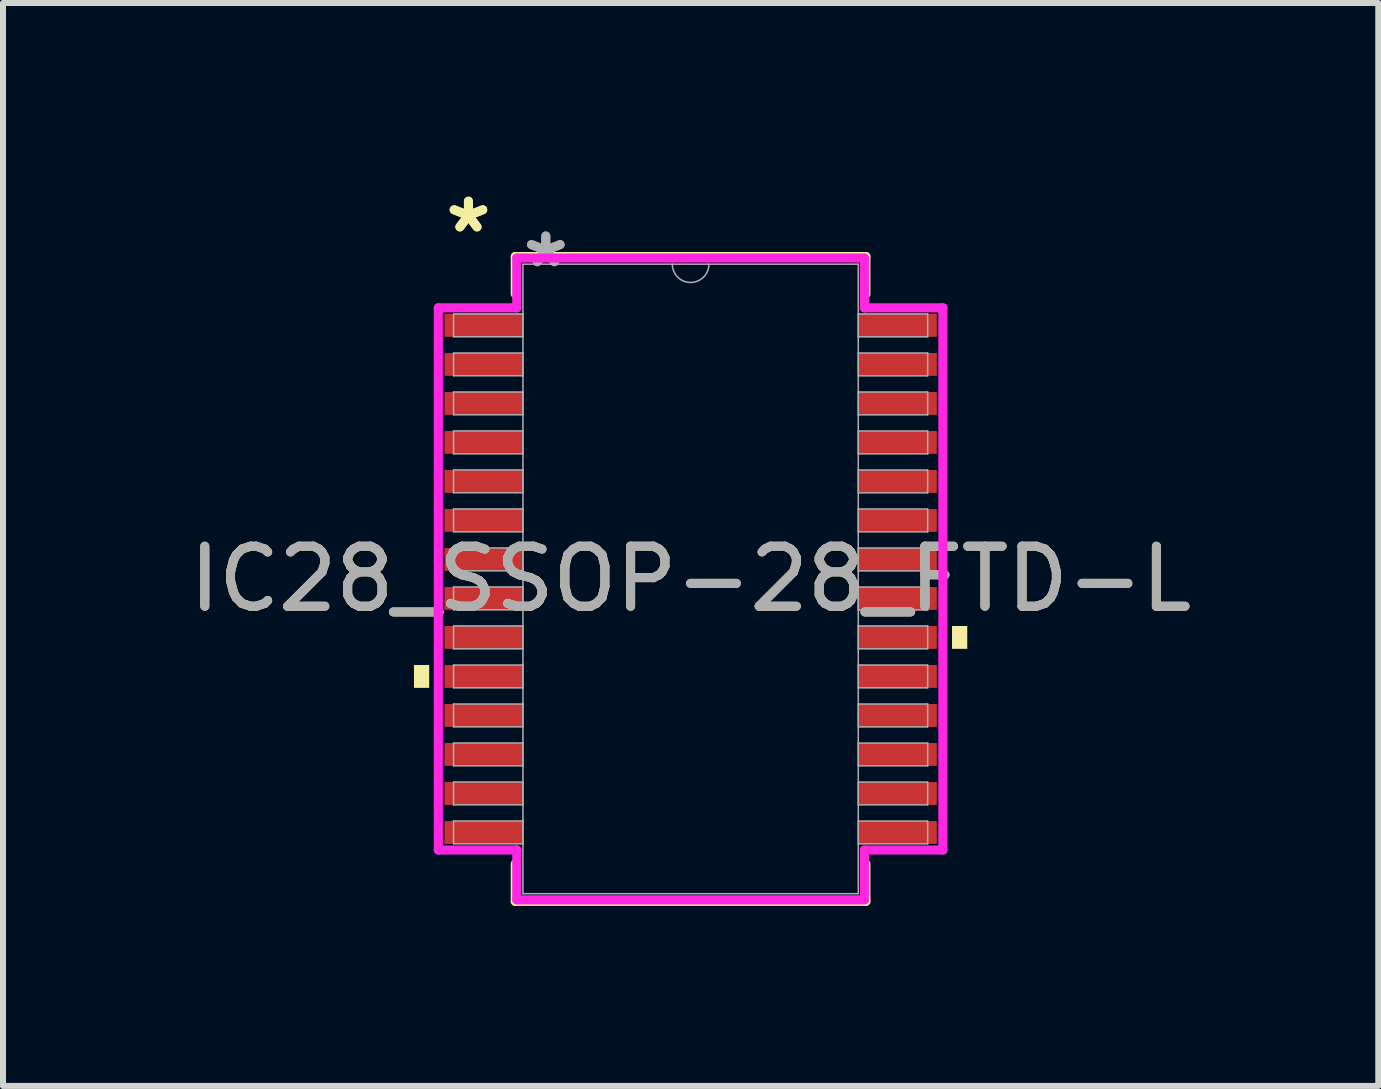
<source format=kicad_pcb>
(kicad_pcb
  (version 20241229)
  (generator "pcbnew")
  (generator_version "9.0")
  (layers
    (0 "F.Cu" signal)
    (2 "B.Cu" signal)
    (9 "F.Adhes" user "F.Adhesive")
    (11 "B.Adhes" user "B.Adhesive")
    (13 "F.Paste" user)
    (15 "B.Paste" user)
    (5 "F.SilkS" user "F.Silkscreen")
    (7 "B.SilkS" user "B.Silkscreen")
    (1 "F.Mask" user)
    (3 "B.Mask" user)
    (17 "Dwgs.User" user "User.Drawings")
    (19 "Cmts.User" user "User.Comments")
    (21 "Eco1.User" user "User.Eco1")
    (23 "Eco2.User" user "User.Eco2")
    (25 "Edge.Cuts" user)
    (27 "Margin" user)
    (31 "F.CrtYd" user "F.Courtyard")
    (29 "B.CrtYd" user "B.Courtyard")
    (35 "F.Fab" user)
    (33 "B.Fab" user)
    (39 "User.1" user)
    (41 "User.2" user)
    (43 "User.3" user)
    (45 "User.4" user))
  (footprint "IC28_SSOP-28_FTD-L"
    (layer "F.Cu")
    (at 8.458 6.597)
    (property "Reference" "IC28_SSOP-28_FTD-L" (at 0 0 0) (unlocked yes) (layer "F.SilkS") (effects (font (size 1 1) (thickness 0.15))))
    (attr smd)
    (fp_line (start -2.921 -5.372) (end -2.921 -4.748) (stroke (width 0.152) (type solid)) (layer "F.SilkS"))
    (fp_line (start -2.921 4.748) (end -2.921 5.372) (stroke (width 0.152) (type solid)) (layer "F.SilkS"))
    (fp_line (start -2.921 5.372) (end 2.921 5.372) (stroke (width 0.152) (type solid)) (layer "F.SilkS"))
    (fp_line (start 2.921 -5.372) (end -2.921 -5.372) (stroke (width 0.152) (type solid)) (layer "F.SilkS"))
    (fp_line (start 2.921 -4.748) (end 2.921 -5.372) (stroke (width 0.152) (type solid)) (layer "F.SilkS"))
    (fp_line (start 2.921 5.372) (end 2.921 4.748) (stroke (width 0.152) (type solid)) (layer "F.SilkS"))
    (fp_poly (pts (xy -4.61 1.434) (xy -4.61 1.815) (xy -4.356 1.815) (xy -4.356 1.434)) (stroke (width 0) (type solid)) (fill yes) (layer "F.SilkS"))
    (fp_poly (pts (xy 4.61 0.784) (xy 4.61 1.165) (xy 4.356 1.165) (xy 4.356 0.784)) (stroke (width 0) (type solid)) (fill yes) (layer "F.SilkS"))
    (fp_line (start -4.204 -4.517) (end -2.896 -4.517) (stroke (width 0.152) (type solid)) (layer "F.CrtYd"))
    (fp_line (start -4.204 4.517) (end -4.204 -4.517) (stroke (width 0.152) (type solid)) (layer "F.CrtYd"))
    (fp_line (start -4.204 4.517) (end -2.896 4.517) (stroke (width 0.152) (type solid)) (layer "F.CrtYd"))
    (fp_line (start -2.896 -5.347) (end 2.896 -5.347) (stroke (width 0.152) (type solid)) (layer "F.CrtYd"))
    (fp_line (start -2.896 -4.517) (end -2.896 -5.347) (stroke (width 0.152) (type solid)) (layer "F.CrtYd"))
    (fp_line (start -2.896 5.347) (end -2.896 4.517) (stroke (width 0.152) (type solid)) (layer "F.CrtYd"))
    (fp_line (start 2.896 -5.347) (end 2.896 -4.517) (stroke (width 0.152) (type solid)) (layer "F.CrtYd"))
    (fp_line (start 2.896 4.517) (end 2.896 5.347) (stroke (width 0.152) (type solid)) (layer "F.CrtYd"))
    (fp_line (start 2.896 5.347) (end -2.896 5.347) (stroke (width 0.152) (type solid)) (layer "F.CrtYd"))
    (fp_line (start 4.204 -4.517) (end 2.896 -4.517) (stroke (width 0.152) (type solid)) (layer "F.CrtYd"))
    (fp_line (start 4.204 -4.517) (end 4.204 4.517) (stroke (width 0.152) (type solid)) (layer "F.CrtYd"))
    (fp_line (start 4.204 4.517) (end 2.896 4.517) (stroke (width 0.152) (type solid)) (layer "F.CrtYd"))
    (fp_line (start -3.95 -4.415) (end -3.95 -4.035) (stroke (width 0.025) (type solid)) (layer "F.Fab"))
    (fp_line (start -3.95 -4.035) (end -2.794 -4.035) (stroke (width 0.025) (type solid)) (layer "F.Fab"))
    (fp_line (start -3.95 -3.765) (end -3.95 -3.385) (stroke (width 0.025) (type solid)) (layer "F.Fab"))
    (fp_line (start -3.95 -3.385) (end -2.794 -3.385) (stroke (width 0.025) (type solid)) (layer "F.Fab"))
    (fp_line (start -3.95 -3.115) (end -3.95 -2.735) (stroke (width 0.025) (type solid)) (layer "F.Fab"))
    (fp_line (start -3.95 -2.735) (end -2.794 -2.735) (stroke (width 0.025) (type solid)) (layer "F.Fab"))
    (fp_line (start -3.95 -2.466) (end -3.95 -2.084) (stroke (width 0.025) (type solid)) (layer "F.Fab"))
    (fp_line (start -3.95 -2.084) (end -2.794 -2.084) (stroke (width 0.025) (type solid)) (layer "F.Fab"))
    (fp_line (start -3.95 -1.816) (end -3.95 -1.435) (stroke (width 0.025) (type solid)) (layer "F.Fab"))
    (fp_line (start -3.95 -1.435) (end -2.794 -1.435) (stroke (width 0.025) (type solid)) (layer "F.Fab"))
    (fp_line (start -3.95 -1.166) (end -3.95 -0.785) (stroke (width 0.025) (type solid)) (layer "F.Fab"))
    (fp_line (start -3.95 -0.785) (end -2.794 -0.785) (stroke (width 0.025) (type solid)) (layer "F.Fab"))
    (fp_line (start -3.95 -0.516) (end -3.95 -0.135) (stroke (width 0.025) (type solid)) (layer "F.Fab"))
    (fp_line (start -3.95 -0.135) (end -2.794 -0.135) (stroke (width 0.025) (type solid)) (layer "F.Fab"))
    (fp_line (start -3.95 0.134) (end -3.95 0.515) (stroke (width 0.025) (type solid)) (layer "F.Fab"))
    (fp_line (start -3.95 0.515) (end -2.794 0.515) (stroke (width 0.025) (type solid)) (layer "F.Fab"))
    (fp_line (start -3.95 0.784) (end -3.95 1.165) (stroke (width 0.025) (type solid)) (layer "F.Fab"))
    (fp_line (start -3.95 1.165) (end -2.794 1.165) (stroke (width 0.025) (type solid)) (layer "F.Fab"))
    (fp_line (start -3.95 1.434) (end -3.95 1.815) (stroke (width 0.025) (type solid)) (layer "F.Fab"))
    (fp_line (start -3.95 1.815) (end -2.794 1.815) (stroke (width 0.025) (type solid)) (layer "F.Fab"))
    (fp_line (start -3.95 2.084) (end -3.95 2.465) (stroke (width 0.025) (type solid)) (layer "F.Fab"))
    (fp_line (start -3.95 2.465) (end -2.794 2.465) (stroke (width 0.025) (type solid)) (layer "F.Fab"))
    (fp_line (start -3.95 2.734) (end -3.95 3.115) (stroke (width 0.025) (type solid)) (layer "F.Fab"))
    (fp_line (start -3.95 3.115) (end -2.794 3.115) (stroke (width 0.025) (type solid)) (layer "F.Fab"))
    (fp_line (start -3.95 3.384) (end -3.95 3.765) (stroke (width 0.025) (type solid)) (layer "F.Fab"))
    (fp_line (start -3.95 3.765) (end -2.794 3.765) (stroke (width 0.025) (type solid)) (layer "F.Fab"))
    (fp_line (start -3.95 4.034) (end -3.95 4.415) (stroke (width 0.025) (type solid)) (layer "F.Fab"))
    (fp_line (start -3.95 4.415) (end -2.794 4.415) (stroke (width 0.025) (type solid)) (layer "F.Fab"))
    (fp_line (start -2.794 -5.245) (end -2.794 5.245) (stroke (width 0.025) (type solid)) (layer "F.Fab"))
    (fp_line (start -2.794 -4.415) (end -3.95 -4.415) (stroke (width 0.025) (type solid)) (layer "F.Fab"))
    (fp_line (start -2.794 -4.035) (end -2.794 -4.415) (stroke (width 0.025) (type solid)) (layer "F.Fab"))
    (fp_line (start -2.794 -3.765) (end -3.95 -3.765) (stroke (width 0.025) (type solid)) (layer "F.Fab"))
    (fp_line (start -2.794 -3.385) (end -2.794 -3.765) (stroke (width 0.025) (type solid)) (layer "F.Fab"))
    (fp_line (start -2.794 -3.115) (end -3.95 -3.115) (stroke (width 0.025) (type solid)) (layer "F.Fab"))
    (fp_line (start -2.794 -2.735) (end -2.794 -3.115) (stroke (width 0.025) (type solid)) (layer "F.Fab"))
    (fp_line (start -2.794 -2.466) (end -3.95 -2.466) (stroke (width 0.025) (type solid)) (layer "F.Fab"))
    (fp_line (start -2.794 -2.084) (end -2.794 -2.466) (stroke (width 0.025) (type solid)) (layer "F.Fab"))
    (fp_line (start -2.794 -1.816) (end -3.95 -1.816) (stroke (width 0.025) (type solid)) (layer "F.Fab"))
    (fp_line (start -2.794 -1.435) (end -2.794 -1.816) (stroke (width 0.025) (type solid)) (layer "F.Fab"))
    (fp_line (start -2.794 -1.166) (end -3.95 -1.166) (stroke (width 0.025) (type solid)) (layer "F.Fab"))
    (fp_line (start -2.794 -0.785) (end -2.794 -1.166) (stroke (width 0.025) (type solid)) (layer "F.Fab"))
    (fp_line (start -2.794 -0.516) (end -3.95 -0.516) (stroke (width 0.025) (type solid)) (layer "F.Fab"))
    (fp_line (start -2.794 -0.135) (end -2.794 -0.516) (stroke (width 0.025) (type solid)) (layer "F.Fab"))
    (fp_line (start -2.794 0.134) (end -3.95 0.134) (stroke (width 0.025) (type solid)) (layer "F.Fab"))
    (fp_line (start -2.794 0.515) (end -2.794 0.134) (stroke (width 0.025) (type solid)) (layer "F.Fab"))
    (fp_line (start -2.794 0.784) (end -3.95 0.784) (stroke (width 0.025) (type solid)) (layer "F.Fab"))
    (fp_line (start -2.794 1.165) (end -2.794 0.784) (stroke (width 0.025) (type solid)) (layer "F.Fab"))
    (fp_line (start -2.794 1.434) (end -3.95 1.434) (stroke (width 0.025) (type solid)) (layer "F.Fab"))
    (fp_line (start -2.794 1.815) (end -2.794 1.434) (stroke (width 0.025) (type solid)) (layer "F.Fab"))
    (fp_line (start -2.794 2.084) (end -3.95 2.084) (stroke (width 0.025) (type solid)) (layer "F.Fab"))
    (fp_line (start -2.794 2.465) (end -2.794 2.084) (stroke (width 0.025) (type solid)) (layer "F.Fab"))
    (fp_line (start -2.794 2.734) (end -3.95 2.734) (stroke (width 0.025) (type solid)) (layer "F.Fab"))
    (fp_line (start -2.794 3.115) (end -2.794 2.734) (stroke (width 0.025) (type solid)) (layer "F.Fab"))
    (fp_line (start -2.794 3.384) (end -3.95 3.384) (stroke (width 0.025) (type solid)) (layer "F.Fab"))
    (fp_line (start -2.794 3.765) (end -2.794 3.384) (stroke (width 0.025) (type solid)) (layer "F.Fab"))
    (fp_line (start -2.794 4.034) (end -3.95 4.034) (stroke (width 0.025) (type solid)) (layer "F.Fab"))
    (fp_line (start -2.794 4.415) (end -2.794 4.034) (stroke (width 0.025) (type solid)) (layer "F.Fab"))
    (fp_line (start -2.794 5.245) (end 2.794 5.245) (stroke (width 0.025) (type solid)) (layer "F.Fab"))
    (fp_line (start 2.794 -5.245) (end -2.794 -5.245) (stroke (width 0.025) (type solid)) (layer "F.Fab"))
    (fp_line (start 2.794 -4.415) (end 2.794 -4.034) (stroke (width 0.025) (type solid)) (layer "F.Fab"))
    (fp_line (start 2.794 -4.034) (end 3.95 -4.034) (stroke (width 0.025) (type solid)) (layer "F.Fab"))
    (fp_line (start 2.794 -3.765) (end 2.794 -3.384) (stroke (width 0.025) (type solid)) (layer "F.Fab"))
    (fp_line (start 2.794 -3.384) (end 3.95 -3.384) (stroke (width 0.025) (type solid)) (layer "F.Fab"))
    (fp_line (start 2.794 -3.115) (end 2.794 -2.734) (stroke (width 0.025) (type solid)) (layer "F.Fab"))
    (fp_line (start 2.794 -2.734) (end 3.95 -2.734) (stroke (width 0.025) (type solid)) (layer "F.Fab"))
    (fp_line (start 2.794 -2.465) (end 2.794 -2.084) (stroke (width 0.025) (type solid)) (layer "F.Fab"))
    (fp_line (start 2.794 -2.084) (end 3.95 -2.084) (stroke (width 0.025) (type solid)) (layer "F.Fab"))
    (fp_line (start 2.794 -1.815) (end 2.794 -1.434) (stroke (width 0.025) (type solid)) (layer "F.Fab"))
    (fp_line (start 2.794 -1.434) (end 3.95 -1.434) (stroke (width 0.025) (type solid)) (layer "F.Fab"))
    (fp_line (start 2.794 -1.165) (end 2.794 -0.784) (stroke (width 0.025) (type solid)) (layer "F.Fab"))
    (fp_line (start 2.794 -0.784) (end 3.95 -0.784) (stroke (width 0.025) (type solid)) (layer "F.Fab"))
    (fp_line (start 2.794 -0.515) (end 2.794 -0.134) (stroke (width 0.025) (type solid)) (layer "F.Fab"))
    (fp_line (start 2.794 -0.134) (end 3.95 -0.134) (stroke (width 0.025) (type solid)) (layer "F.Fab"))
    (fp_line (start 2.794 0.135) (end 2.794 0.516) (stroke (width 0.025) (type solid)) (layer "F.Fab"))
    (fp_line (start 2.794 0.516) (end 3.95 0.516) (stroke (width 0.025) (type solid)) (layer "F.Fab"))
    (fp_line (start 2.794 0.784) (end 2.794 1.165) (stroke (width 0.025) (type solid)) (layer "F.Fab"))
    (fp_line (start 2.794 1.165) (end 3.95 1.165) (stroke (width 0.025) (type solid)) (layer "F.Fab"))
    (fp_line (start 2.794 1.435) (end 2.794 1.815) (stroke (width 0.025) (type solid)) (layer "F.Fab"))
    (fp_line (start 2.794 1.815) (end 3.95 1.815) (stroke (width 0.025) (type solid)) (layer "F.Fab"))
    (fp_line (start 2.794 2.084) (end 2.794 2.466) (stroke (width 0.025) (type solid)) (layer "F.Fab"))
    (fp_line (start 2.794 2.466) (end 3.95 2.466) (stroke (width 0.025) (type solid)) (layer "F.Fab"))
    (fp_line (start 2.794 2.735) (end 2.794 3.115) (stroke (width 0.025) (type solid)) (layer "F.Fab"))
    (fp_line (start 2.794 3.115) (end 3.95 3.115) (stroke (width 0.025) (type solid)) (layer "F.Fab"))
    (fp_line (start 2.794 3.385) (end 2.794 3.765) (stroke (width 0.025) (type solid)) (layer "F.Fab"))
    (fp_line (start 2.794 3.765) (end 3.95 3.765) (stroke (width 0.025) (type solid)) (layer "F.Fab"))
    (fp_line (start 2.794 4.035) (end 2.794 4.415) (stroke (width 0.025) (type solid)) (layer "F.Fab"))
    (fp_line (start 2.794 4.415) (end 3.95 4.415) (stroke (width 0.025) (type solid)) (layer "F.Fab"))
    (fp_line (start 2.794 5.245) (end 2.794 -5.245) (stroke (width 0.025) (type solid)) (layer "F.Fab"))
    (fp_line (start 3.95 -4.415) (end 2.794 -4.415) (stroke (width 0.025) (type solid)) (layer "F.Fab"))
    (fp_line (start 3.95 -4.034) (end 3.95 -4.415) (stroke (width 0.025) (type solid)) (layer "F.Fab"))
    (fp_line (start 3.95 -3.765) (end 2.794 -3.765) (stroke (width 0.025) (type solid)) (layer "F.Fab"))
    (fp_line (start 3.95 -3.384) (end 3.95 -3.765) (stroke (width 0.025) (type solid)) (layer "F.Fab"))
    (fp_line (start 3.95 -3.115) (end 2.794 -3.115) (stroke (width 0.025) (type solid)) (layer "F.Fab"))
    (fp_line (start 3.95 -2.734) (end 3.95 -3.115) (stroke (width 0.025) (type solid)) (layer "F.Fab"))
    (fp_line (start 3.95 -2.465) (end 2.794 -2.465) (stroke (width 0.025) (type solid)) (layer "F.Fab"))
    (fp_line (start 3.95 -2.084) (end 3.95 -2.465) (stroke (width 0.025) (type solid)) (layer "F.Fab"))
    (fp_line (start 3.95 -1.815) (end 2.794 -1.815) (stroke (width 0.025) (type solid)) (layer "F.Fab"))
    (fp_line (start 3.95 -1.434) (end 3.95 -1.815) (stroke (width 0.025) (type solid)) (layer "F.Fab"))
    (fp_line (start 3.95 -1.165) (end 2.794 -1.165) (stroke (width 0.025) (type solid)) (layer "F.Fab"))
    (fp_line (start 3.95 -0.784) (end 3.95 -1.165) (stroke (width 0.025) (type solid)) (layer "F.Fab"))
    (fp_line (start 3.95 -0.515) (end 2.794 -0.515) (stroke (width 0.025) (type solid)) (layer "F.Fab"))
    (fp_line (start 3.95 -0.134) (end 3.95 -0.515) (stroke (width 0.025) (type solid)) (layer "F.Fab"))
    (fp_line (start 3.95 0.135) (end 2.794 0.135) (stroke (width 0.025) (type solid)) (layer "F.Fab"))
    (fp_line (start 3.95 0.516) (end 3.95 0.135) (stroke (width 0.025) (type solid)) (layer "F.Fab"))
    (fp_line (start 3.95 0.784) (end 2.794 0.784) (stroke (width 0.025) (type solid)) (layer "F.Fab"))
    (fp_line (start 3.95 1.165) (end 3.95 0.784) (stroke (width 0.025) (type solid)) (layer "F.Fab"))
    (fp_line (start 3.95 1.435) (end 2.794 1.435) (stroke (width 0.025) (type solid)) (layer "F.Fab"))
    (fp_line (start 3.95 1.815) (end 3.95 1.435) (stroke (width 0.025) (type solid)) (layer "F.Fab"))
    (fp_line (start 3.95 2.084) (end 2.794 2.084) (stroke (width 0.025) (type solid)) (layer "F.Fab"))
    (fp_line (start 3.95 2.466) (end 3.95 2.084) (stroke (width 0.025) (type solid)) (layer "F.Fab"))
    (fp_line (start 3.95 2.735) (end 2.794 2.735) (stroke (width 0.025) (type solid)) (layer "F.Fab"))
    (fp_line (start 3.95 3.115) (end 3.95 2.735) (stroke (width 0.025) (type solid)) (layer "F.Fab"))
    (fp_line (start 3.95 3.385) (end 2.794 3.385) (stroke (width 0.025) (type solid)) (layer "F.Fab"))
    (fp_line (start 3.95 3.765) (end 3.95 3.385) (stroke (width 0.025) (type solid)) (layer "F.Fab"))
    (fp_line (start 3.95 4.035) (end 2.794 4.035) (stroke (width 0.025) (type solid)) (layer "F.Fab"))
    (fp_line (start 3.95 4.415) (end 3.95 4.035) (stroke (width 0.025) (type solid)) (layer "F.Fab"))
    (fp_arc (start 0.3048 -5.2451) (mid 0 -4.9403) (end -0.3048 -5.2451) (stroke (width 0.0254) (type solid)) (layer "F.Fab"))
    (fp_text user "*" (at -3.702 -5.749 0) (layer "F.SilkS") (effects (font (size 1 1) (thickness 0.15))))
    (fp_text user "*" (at -3.702 -5.749 0) (unlocked yes) (layer "F.SilkS") (effects (font (size 1 1) (thickness 0.15))))
    (fp_text user "${REFERENCE}" (at 0 0 0) (unlocked yes) (layer "F.Fab") (effects (font (size 1 1) (thickness 0.15))))
    (fp_text user "*" (at -2.413 -5.169 0) (unlocked yes) (layer "F.Fab") (effects (font (size 1 1) (thickness 0.15))))
    (fp_text user "*" (at -2.413 -5.169 0) (layer "F.Fab") (effects (font (size 1 1) (thickness 0.15))))
    (pad "1" smd rect (at -3.448 -4.225) (size 1.308 0.381) (layers "F.Cu" "F.Mask" "F.Paste"))
    (pad "2" smd rect (at -3.448 -3.575) (size 1.308 0.381) (layers "F.Cu" "F.Mask" "F.Paste"))
    (pad "3" smd rect (at -3.448 -2.925) (size 1.308 0.381) (layers "F.Cu" "F.Mask" "F.Paste"))
    (pad "4" smd rect (at -3.448 -2.275) (size 1.308 0.381) (layers "F.Cu" "F.Mask" "F.Paste"))
    (pad "5" smd rect (at -3.448 -1.625) (size 1.308 0.381) (layers "F.Cu" "F.Mask" "F.Paste"))
    (pad "6" smd rect (at -3.448 -0.975) (size 1.308 0.381) (layers "F.Cu" "F.Mask" "F.Paste"))
    (pad "7" smd rect (at -3.448 -0.325) (size 1.308 0.381) (layers "F.Cu" "F.Mask" "F.Paste"))
    (pad "8" smd rect (at -3.448 0.325) (size 1.308 0.381) (layers "F.Cu" "F.Mask" "F.Paste"))
    (pad "9" smd rect (at -3.448 0.975) (size 1.308 0.381) (layers "F.Cu" "F.Mask" "F.Paste"))
    (pad "10" smd rect (at -3.448 1.625) (size 1.308 0.381) (layers "F.Cu" "F.Mask" "F.Paste"))
    (pad "11" smd rect (at -3.448 2.275) (size 1.308 0.381) (layers "F.Cu" "F.Mask" "F.Paste"))
    (pad "12" smd rect (at -3.448 2.925) (size 1.308 0.381) (layers "F.Cu" "F.Mask" "F.Paste"))
    (pad "13" smd rect (at -3.448 3.575) (size 1.308 0.381) (layers "F.Cu" "F.Mask" "F.Paste"))
    (pad "14" smd rect (at -3.448 4.225) (size 1.308 0.381) (layers "F.Cu" "F.Mask" "F.Paste"))
    (pad "15" smd rect (at 3.448 4.225) (size 1.308 0.381) (layers "F.Cu" "F.Mask" "F.Paste"))
    (pad "16" smd rect (at 3.448 3.575) (size 1.308 0.381) (layers "F.Cu" "F.Mask" "F.Paste"))
    (pad "17" smd rect (at 3.448 2.925) (size 1.308 0.381) (layers "F.Cu" "F.Mask" "F.Paste"))
    (pad "18" smd rect (at 3.448 2.275) (size 1.308 0.381) (layers "F.Cu" "F.Mask" "F.Paste"))
    (pad "19" smd rect (at 3.448 1.625) (size 1.308 0.381) (layers "F.Cu" "F.Mask" "F.Paste"))
    (pad "20" smd rect (at 3.448 0.975) (size 1.308 0.381) (layers "F.Cu" "F.Mask" "F.Paste"))
    (pad "21" smd rect (at 3.448 0.325) (size 1.308 0.381) (layers "F.Cu" "F.Mask" "F.Paste"))
    (pad "22" smd rect (at 3.448 -0.325) (size 1.308 0.381) (layers "F.Cu" "F.Mask" "F.Paste"))
    (pad "23" smd rect (at 3.448 -0.975) (size 1.308 0.381) (layers "F.Cu" "F.Mask" "F.Paste"))
    (pad "24" smd rect (at 3.448 -1.625) (size 1.308 0.381) (layers "F.Cu" "F.Mask" "F.Paste"))
    (pad "25" smd rect (at 3.448 -2.275) (size 1.308 0.381) (layers "F.Cu" "F.Mask" "F.Paste"))
    (pad "26" smd rect (at 3.448 -2.925) (size 1.308 0.381) (layers "F.Cu" "F.Mask" "F.Paste"))
    (pad "27" smd rect (at 3.448 -3.575) (size 1.308 0.381) (layers "F.Cu" "F.Mask" "F.Paste"))
    (pad "28" smd rect (at 3.448 -4.225) (size 1.308 0.381) (layers "F.Cu" "F.Mask" "F.Paste")))
  (gr_rect
    (start -3 -3)
    (end 19.917 15.046)
    (stroke (width 0.1) (type default))
    (fill no)
    (layer "Edge.Cuts")))
</source>
